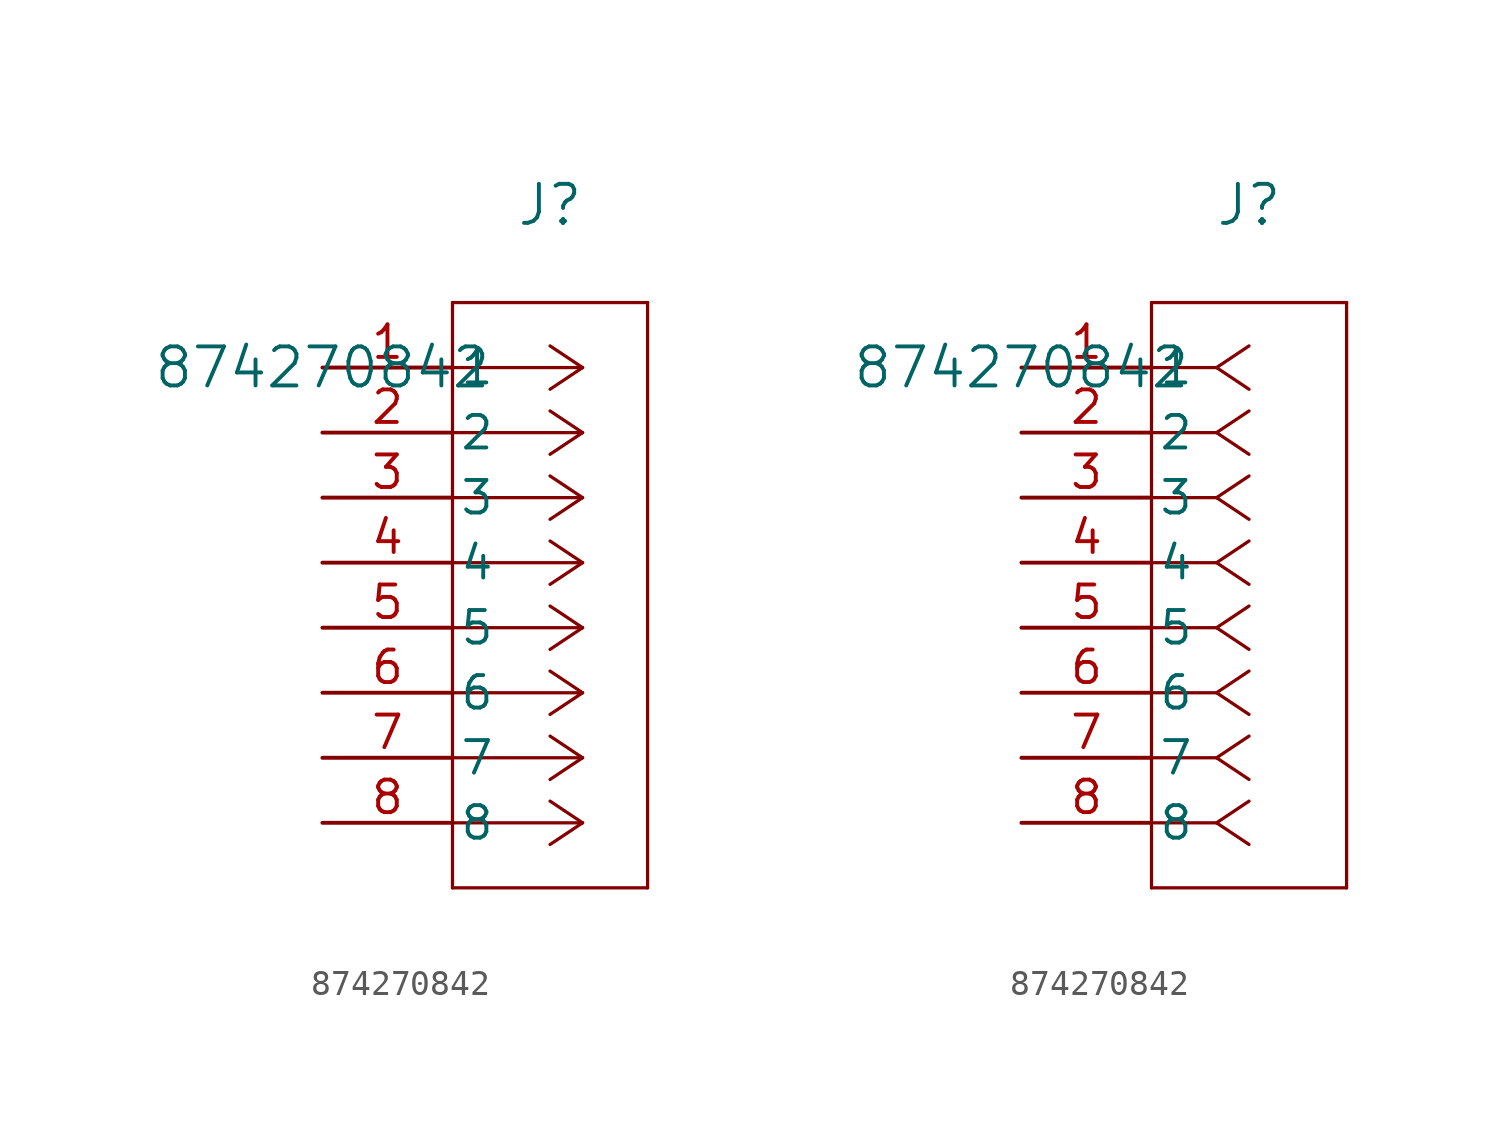
<source format=kicad_sym>
(kicad_symbol_lib
  (version 20211014)
  (generator kicad_symbol_editor)
  (symbol "874270842"
    (pin_names
      (offset 0.254))
    (property "Reference" "J"
      (at 8.89 6.35 0)
      (effects (font (size 1.524 1.524))))
    (property "Value" "874270842"
      (at 0 0 0)
      (effects (font (size 1.524 1.524))))
    (symbol "874270842_1_1"
      (polyline (pts (xy 10.16 0) (xy 5.08 0)) (stroke (width 0.127) (type default) (color 0 0 0 0)) (fill (type none)))
      (polyline (pts (xy 10.16 -2.54) (xy 5.08 -2.54)) (stroke (width 0.127) (type default) (color 0 0 0 0)) (fill (type none)))
      (polyline (pts (xy 10.16 -5.08) (xy 5.08 -5.08)) (stroke (width 0.127) (type default) (color 0 0 0 0)) (fill (type none)))
      (polyline (pts (xy 10.16 -7.62) (xy 5.08 -7.62)) (stroke (width 0.127) (type default) (color 0 0 0 0)) (fill (type none)))
      (polyline (pts (xy 10.16 -10.16) (xy 5.08 -10.16)) (stroke (width 0.127) (type default) (color 0 0 0 0)) (fill (type none)))
      (polyline (pts (xy 10.16 -12.7) (xy 5.08 -12.7)) (stroke (width 0.127) (type default) (color 0 0 0 0)) (fill (type none)))
      (polyline (pts (xy 10.16 -15.24) (xy 5.08 -15.24)) (stroke (width 0.127) (type default) (color 0 0 0 0)) (fill (type none)))
      (polyline (pts (xy 10.16 -17.78) (xy 5.08 -17.78)) (stroke (width 0.127) (type default) (color 0 0 0 0)) (fill (type none)))
      (polyline (pts (xy 10.16 0) (xy 8.89 0.847)) (stroke (width 0.127) (type default) (color 0 0 0 0)) (fill (type none)))
      (polyline (pts (xy 10.16 -2.54) (xy 8.89 -1.693)) (stroke (width 0.127) (type default) (color 0 0 0 0)) (fill (type none)))
      (polyline (pts (xy 10.16 -5.08) (xy 8.89 -4.233)) (stroke (width 0.127) (type default) (color 0 0 0 0)) (fill (type none)))
      (polyline (pts (xy 10.16 -7.62) (xy 8.89 -6.773)) (stroke (width 0.127) (type default) (color 0 0 0 0)) (fill (type none)))
      (polyline (pts (xy 10.16 -10.16) (xy 8.89 -9.313)) (stroke (width 0.127) (type default) (color 0 0 0 0)) (fill (type none)))
      (polyline (pts (xy 10.16 -12.7) (xy 8.89 -11.853)) (stroke (width 0.127) (type default) (color 0 0 0 0)) (fill (type none)))
      (polyline (pts (xy 10.16 -15.24) (xy 8.89 -14.393)) (stroke (width 0.127) (type default) (color 0 0 0 0)) (fill (type none)))
      (polyline (pts (xy 10.16 -17.78) (xy 8.89 -16.933)) (stroke (width 0.127) (type default) (color 0 0 0 0)) (fill (type none)))
      (polyline (pts (xy 10.16 0) (xy 8.89 -0.847)) (stroke (width 0.127) (type default) (color 0 0 0 0)) (fill (type none)))
      (polyline (pts (xy 10.16 -2.54) (xy 8.89 -3.387)) (stroke (width 0.127) (type default) (color 0 0 0 0)) (fill (type none)))
      (polyline (pts (xy 10.16 -5.08) (xy 8.89 -5.927)) (stroke (width 0.127) (type default) (color 0 0 0 0)) (fill (type none)))
      (polyline (pts (xy 10.16 -7.62) (xy 8.89 -8.467)) (stroke (width 0.127) (type default) (color 0 0 0 0)) (fill (type none)))
      (polyline (pts (xy 10.16 -10.16) (xy 8.89 -11.007)) (stroke (width 0.127) (type default) (color 0 0 0 0)) (fill (type none)))
      (polyline (pts (xy 10.16 -12.7) (xy 8.89 -13.547)) (stroke (width 0.127) (type default) (color 0 0 0 0)) (fill (type none)))
      (polyline (pts (xy 10.16 -15.24) (xy 8.89 -16.087)) (stroke (width 0.127) (type default) (color 0 0 0 0)) (fill (type none)))
      (polyline (pts (xy 10.16 -17.78) (xy 8.89 -18.627)) (stroke (width 0.127) (type default) (color 0 0 0 0)) (fill (type none)))
      (polyline (pts (xy 5.08 2.54) (xy 5.08 -20.32)) (stroke (width 0.127) (type default) (color 0 0 0 0)) (fill (type none)))
      (polyline (pts (xy 5.08 -20.32) (xy 12.7 -20.32)) (stroke (width 0.127) (type default) (color 0 0 0 0)) (fill (type none)))
      (polyline (pts (xy 12.7 -20.32) (xy 12.7 2.54)) (stroke (width 0.127) (type default) (color 0 0 0 0)) (fill (type none)))
      (polyline (pts (xy 12.7 2.54) (xy 5.08 2.54)) (stroke (width 0.127) (type default) (color 0 0 0 0)) (fill (type none)))
      (pin unspecified line (at 0 0 0) (length 5.08) (name "1" (effects (font (size 1.27 1.27)))) (number "1" (effects (font (size 1.27 1.27)))))
      (pin unspecified line (at 0 -2.54 0) (length 5.08) (name "2" (effects (font (size 1.27 1.27)))) (number "2" (effects (font (size 1.27 1.27)))))
      (pin unspecified line (at 0 -5.08 0) (length 5.08) (name "3" (effects (font (size 1.27 1.27)))) (number "3" (effects (font (size 1.27 1.27)))))
      (pin unspecified line (at 0 -7.62 0) (length 5.08) (name "4" (effects (font (size 1.27 1.27)))) (number "4" (effects (font (size 1.27 1.27)))))
      (pin unspecified line (at 0 -10.16 0) (length 5.08) (name "5" (effects (font (size 1.27 1.27)))) (number "5" (effects (font (size 1.27 1.27)))))
      (pin unspecified line (at 0 -12.7 0) (length 5.08) (name "6" (effects (font (size 1.27 1.27)))) (number "6" (effects (font (size 1.27 1.27)))))
      (pin unspecified line (at 0 -15.24 0) (length 5.08) (name "7" (effects (font (size 1.27 1.27)))) (number "7" (effects (font (size 1.27 1.27)))))
      (pin unspecified line (at 0 -17.78 0) (length 5.08) (name "8" (effects (font (size 1.27 1.27)))) (number "8" (effects (font (size 1.27 1.27))))))
    (symbol "874270842_1_2"
      (polyline (pts (xy 7.62 0) (xy 5.08 0)) (stroke (width 0.127) (type default) (color 0 0 0 0)) (fill (type none)))
      (polyline (pts (xy 7.62 -2.54) (xy 5.08 -2.54)) (stroke (width 0.127) (type default) (color 0 0 0 0)) (fill (type none)))
      (polyline (pts (xy 7.62 -5.08) (xy 5.08 -5.08)) (stroke (width 0.127) (type default) (color 0 0 0 0)) (fill (type none)))
      (polyline (pts (xy 7.62 -7.62) (xy 5.08 -7.62)) (stroke (width 0.127) (type default) (color 0 0 0 0)) (fill (type none)))
      (polyline (pts (xy 7.62 -10.16) (xy 5.08 -10.16)) (stroke (width 0.127) (type default) (color 0 0 0 0)) (fill (type none)))
      (polyline (pts (xy 7.62 -12.7) (xy 5.08 -12.7)) (stroke (width 0.127) (type default) (color 0 0 0 0)) (fill (type none)))
      (polyline (pts (xy 7.62 -15.24) (xy 5.08 -15.24)) (stroke (width 0.127) (type default) (color 0 0 0 0)) (fill (type none)))
      (polyline (pts (xy 7.62 -17.78) (xy 5.08 -17.78)) (stroke (width 0.127) (type default) (color 0 0 0 0)) (fill (type none)))
      (polyline (pts (xy 7.62 0) (xy 8.89 0.847)) (stroke (width 0.127) (type default) (color 0 0 0 0)) (fill (type none)))
      (polyline (pts (xy 7.62 -2.54) (xy 8.89 -1.693)) (stroke (width 0.127) (type default) (color 0 0 0 0)) (fill (type none)))
      (polyline (pts (xy 7.62 -5.08) (xy 8.89 -4.233)) (stroke (width 0.127) (type default) (color 0 0 0 0)) (fill (type none)))
      (polyline (pts (xy 7.62 -7.62) (xy 8.89 -6.773)) (stroke (width 0.127) (type default) (color 0 0 0 0)) (fill (type none)))
      (polyline (pts (xy 7.62 -10.16) (xy 8.89 -9.313)) (stroke (width 0.127) (type default) (color 0 0 0 0)) (fill (type none)))
      (polyline (pts (xy 7.62 -12.7) (xy 8.89 -11.853)) (stroke (width 0.127) (type default) (color 0 0 0 0)) (fill (type none)))
      (polyline (pts (xy 7.62 -15.24) (xy 8.89 -14.393)) (stroke (width 0.127) (type default) (color 0 0 0 0)) (fill (type none)))
      (polyline (pts (xy 7.62 -17.78) (xy 8.89 -16.933)) (stroke (width 0.127) (type default) (color 0 0 0 0)) (fill (type none)))
      (polyline (pts (xy 7.62 0) (xy 8.89 -0.847)) (stroke (width 0.127) (type default) (color 0 0 0 0)) (fill (type none)))
      (polyline (pts (xy 7.62 -2.54) (xy 8.89 -3.387)) (stroke (width 0.127) (type default) (color 0 0 0 0)) (fill (type none)))
      (polyline (pts (xy 7.62 -5.08) (xy 8.89 -5.927)) (stroke (width 0.127) (type default) (color 0 0 0 0)) (fill (type none)))
      (polyline (pts (xy 7.62 -7.62) (xy 8.89 -8.467)) (stroke (width 0.127) (type default) (color 0 0 0 0)) (fill (type none)))
      (polyline (pts (xy 7.62 -10.16) (xy 8.89 -11.007)) (stroke (width 0.127) (type default) (color 0 0 0 0)) (fill (type none)))
      (polyline (pts (xy 7.62 -12.7) (xy 8.89 -13.547)) (stroke (width 0.127) (type default) (color 0 0 0 0)) (fill (type none)))
      (polyline (pts (xy 7.62 -15.24) (xy 8.89 -16.087)) (stroke (width 0.127) (type default) (color 0 0 0 0)) (fill (type none)))
      (polyline (pts (xy 7.62 -17.78) (xy 8.89 -18.627)) (stroke (width 0.127) (type default) (color 0 0 0 0)) (fill (type none)))
      (polyline (pts (xy 5.08 2.54) (xy 5.08 -20.32)) (stroke (width 0.127) (type default) (color 0 0 0 0)) (fill (type none)))
      (polyline (pts (xy 5.08 -20.32) (xy 12.7 -20.32)) (stroke (width 0.127) (type default) (color 0 0 0 0)) (fill (type none)))
      (polyline (pts (xy 12.7 -20.32) (xy 12.7 2.54)) (stroke (width 0.127) (type default) (color 0 0 0 0)) (fill (type none)))
      (polyline (pts (xy 12.7 2.54) (xy 5.08 2.54)) (stroke (width 0.127) (type default) (color 0 0 0 0)) (fill (type none)))
      (pin unspecified line (at 0 0 0) (length 5.08) (name "1" (effects (font (size 1.27 1.27)))) (number "1" (effects (font (size 1.27 1.27)))))
      (pin unspecified line (at 0 -2.54 0) (length 5.08) (name "2" (effects (font (size 1.27 1.27)))) (number "2" (effects (font (size 1.27 1.27)))))
      (pin unspecified line (at 0 -5.08 0) (length 5.08) (name "3" (effects (font (size 1.27 1.27)))) (number "3" (effects (font (size 1.27 1.27)))))
      (pin unspecified line (at 0 -7.62 0) (length 5.08) (name "4" (effects (font (size 1.27 1.27)))) (number "4" (effects (font (size 1.27 1.27)))))
      (pin unspecified line (at 0 -10.16 0) (length 5.08) (name "5" (effects (font (size 1.27 1.27)))) (number "5" (effects (font (size 1.27 1.27)))))
      (pin unspecified line (at 0 -12.7 0) (length 5.08) (name "6" (effects (font (size 1.27 1.27)))) (number "6" (effects (font (size 1.27 1.27)))))
      (pin unspecified line (at 0 -15.24 0) (length 5.08) (name "7" (effects (font (size 1.27 1.27)))) (number "7" (effects (font (size 1.27 1.27)))))
      (pin unspecified line (at 0 -17.78 0) (length 5.08) (name "8" (effects (font (size 1.27 1.27)))) (number "8" (effects (font (size 1.27 1.27))))))))
</source>
